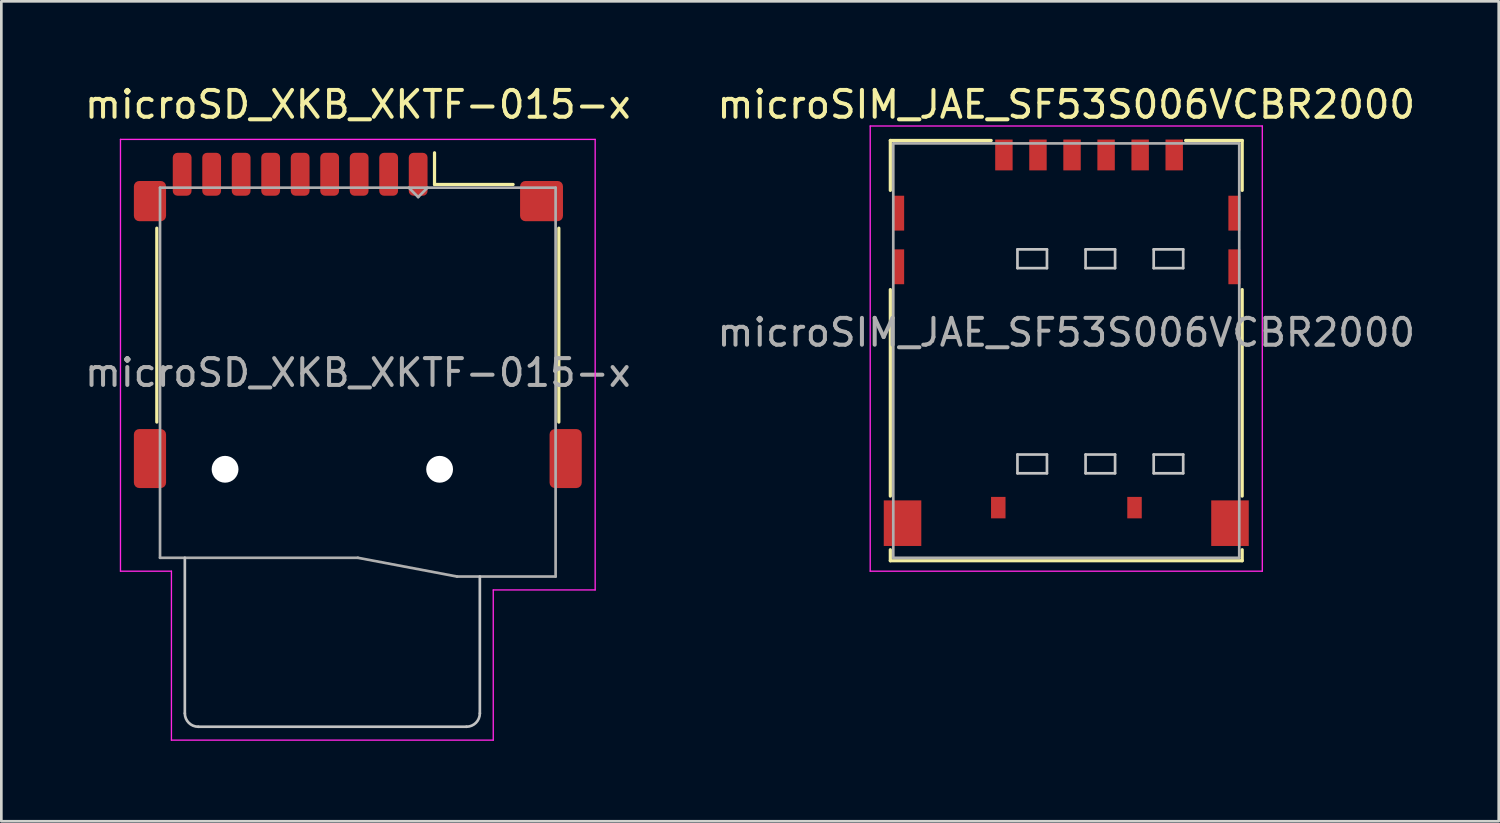
<source format=kicad_pcb>
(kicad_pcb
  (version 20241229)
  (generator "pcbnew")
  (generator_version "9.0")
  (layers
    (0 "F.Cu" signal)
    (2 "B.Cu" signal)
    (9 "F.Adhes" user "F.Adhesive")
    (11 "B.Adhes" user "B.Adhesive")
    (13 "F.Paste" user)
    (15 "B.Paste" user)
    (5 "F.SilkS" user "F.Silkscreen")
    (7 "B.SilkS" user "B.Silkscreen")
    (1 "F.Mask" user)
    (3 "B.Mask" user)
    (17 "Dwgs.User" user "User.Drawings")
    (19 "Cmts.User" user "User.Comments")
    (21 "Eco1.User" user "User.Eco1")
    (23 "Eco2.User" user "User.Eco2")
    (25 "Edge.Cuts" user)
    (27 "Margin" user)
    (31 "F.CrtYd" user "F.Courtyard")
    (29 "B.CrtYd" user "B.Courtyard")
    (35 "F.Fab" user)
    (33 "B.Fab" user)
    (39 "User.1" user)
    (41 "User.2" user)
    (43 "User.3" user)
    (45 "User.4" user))
  (footprint "microSD_XKB_XKTF-015-x"
    (layer "F.Cu")
    (at 10.292 10.848)
    (property "Reference" "microSD_XKB_XKTF-015-x" (at 0 -10 0) (layer "F.SilkS") (effects (font (size 1 1) (thickness 0.15))))
    (attr smd)
    (fp_line (start -7.495 -5.39) (end -7.495 1.84) (stroke (width 0.12) (type solid)) (layer "F.SilkS"))
    (fp_line (start 2.86 -7.02) (end 2.86 -8.2) (stroke (width 0.12) (type solid)) (layer "F.SilkS"))
    (fp_line (start 5.79 -7.02) (end 2.86 -7.02) (stroke (width 0.12) (type solid)) (layer "F.SilkS"))
    (fp_line (start 7.495 1.84) (end 7.495 -5.39) (stroke (width 0.12) (type solid)) (layer "F.SilkS"))
    (fp_line (start -6.45 6.9) (end -6.45 12.7) (stroke (width 0.1) (type solid)) (layer "Dwgs.User"))
    (fp_line (start -5.95 13.2) (end 4.05 13.2) (stroke (width 0.1) (type solid)) (layer "Dwgs.User"))
    (fp_line (start 4.55 12.7) (end 4.55 7.6) (stroke (width 0.1) (type solid)) (layer "Dwgs.User"))
    (fp_arc (start -5.95 13.2) (mid -6.303553 13.053553) (end -6.45 12.7) (stroke (width 0.1) (type solid)) (layer "Dwgs.User"))
    (fp_arc (start 4.55 12.7) (mid 4.403554 13.053554) (end 4.05 13.2) (stroke (width 0.1) (type solid)) (layer "Dwgs.User"))
    (fp_line (start -8.85 -8.7) (end 8.85 -8.7) (stroke (width 0.05) (type solid)) (layer "F.CrtYd"))
    (fp_line (start -8.85 7.4) (end -8.85 -8.7) (stroke (width 0.05) (type solid)) (layer "F.CrtYd"))
    (fp_line (start -6.95 7.4) (end -8.85 7.4) (stroke (width 0.05) (type solid)) (layer "F.CrtYd"))
    (fp_line (start -6.95 13.7) (end -6.95 7.4) (stroke (width 0.05) (type solid)) (layer "F.CrtYd"))
    (fp_line (start 5.05 8.1) (end 5.05 13.7) (stroke (width 0.05) (type solid)) (layer "F.CrtYd"))
    (fp_line (start 5.05 13.7) (end -6.95 13.7) (stroke (width 0.05) (type solid)) (layer "F.CrtYd"))
    (fp_line (start 8.85 -8.7) (end 8.85 8.1) (stroke (width 0.05) (type solid)) (layer "F.CrtYd"))
    (fp_line (start 8.85 8.1) (end 5.05 8.1) (stroke (width 0.05) (type solid)) (layer "F.CrtYd"))
    (fp_line (start -7.375 -6.9) (end -7.375 6.9) (stroke (width 0.1) (type solid)) (layer "F.Fab"))
    (fp_line (start -7.375 6.9) (end 0 6.9) (stroke (width 0.1) (type solid)) (layer "F.Fab"))
    (fp_line (start 0 6.9) (end 3.7 7.6) (stroke (width 0.1) (type solid)) (layer "F.Fab"))
    (fp_line (start 1.9 -6.9) (end 2.25 -6.55) (stroke (width 0.1) (type default)) (layer "F.Fab"))
    (fp_line (start 2.25 -6.55) (end 2.6 -6.9) (stroke (width 0.1) (type default)) (layer "F.Fab"))
    (fp_line (start 3.7 7.6) (end 7.375 7.6) (stroke (width 0.1) (type solid)) (layer "F.Fab"))
    (fp_line (start 7.375 -6.9) (end -7.375 -6.9) (stroke (width 0.1) (type solid)) (layer "F.Fab"))
    (fp_line (start 7.375 7.6) (end 7.375 -6.9) (stroke (width 0.1) (type solid)) (layer "F.Fab"))
    (fp_text user "${REFERENCE}" (at 0 0 0) (layer "F.Fab") (effects (font (size 1 1) (thickness 0.15))))
    (pad "" np_thru_hole circle (at -4.95 3.6) (size 1 1) (drill 1) (layers "*.Cu" "*.Mask"))
    (pad "" np_thru_hole circle (at 3.05 3.6) (size 1 1) (drill 1) (layers "*.Cu" "*.Mask"))
    (pad "1" smd roundrect (at 2.25 -7.4) (size 0.7 1.6) (layers "F.Cu" "F.Mask" "F.Paste") (roundrect_rratio 0.25))
    (pad "2" smd roundrect (at 1.15 -7.4) (size 0.7 1.6) (layers "F.Cu" "F.Mask" "F.Paste") (roundrect_rratio 0.25))
    (pad "3" smd roundrect (at 0.05 -7.4) (size 0.7 1.6) (layers "F.Cu" "F.Mask" "F.Paste") (roundrect_rratio 0.25))
    (pad "4" smd roundrect (at -1.05 -7.4) (size 0.7 1.6) (layers "F.Cu" "F.Mask" "F.Paste") (roundrect_rratio 0.25))
    (pad "5" smd roundrect (at -2.15 -7.4) (size 0.7 1.6) (layers "F.Cu" "F.Mask" "F.Paste") (roundrect_rratio 0.25))
    (pad "6" smd roundrect (at -3.25 -7.4) (size 0.7 1.6) (layers "F.Cu" "F.Mask" "F.Paste") (roundrect_rratio 0.25))
    (pad "7" smd roundrect (at -4.35 -7.4) (size 0.7 1.6) (layers "F.Cu" "F.Mask" "F.Paste") (roundrect_rratio 0.25))
    (pad "8" smd roundrect (at -5.45 -7.4) (size 0.7 1.6) (layers "F.Cu" "F.Mask" "F.Paste") (roundrect_rratio 0.25))
    (pad "9" smd roundrect (at -6.55 -7.4) (size 0.7 1.6) (layers "F.Cu" "F.Mask" "F.Paste") (roundrect_rratio 0.25))
    (pad "10" smd roundrect (at -7.75 -6.4) (size 1.2 1.5) (layers "F.Cu" "F.Mask" "F.Paste") (roundrect_rratio 0.167))
    (pad "10" smd roundrect (at -7.75 3.2) (size 1.2 2.2) (layers "F.Cu" "F.Mask" "F.Paste") (roundrect_rratio 0.167))
    (pad "10" smd roundrect (at 6.85 -6.4) (size 1.6 1.5) (layers "F.Cu" "F.Mask" "F.Paste") (roundrect_rratio 0.133))
    (pad "10" smd roundrect (at 7.75 3.2) (size 1.2 2.2) (layers "F.Cu" "F.Mask" "F.Paste") (roundrect_rratio 0.167)))
  (footprint "microSIM_JAE_SF53S006VCBR2000"
    (layer "F.Cu")
    (at 36.708 9.348)
    (property "Reference" "microSIM_JAE_SF53S006VCBR2000" (at 0 -8.5 0) (layer "F.SilkS") (effects (font (size 1 1) (thickness 0.15))))
    (attr smd)
    (fp_line (start -6.56 -7.16) (end -2.8 -7.16) (stroke (width 0.12) (type solid)) (layer "F.SilkS"))
    (fp_line (start -6.56 -5.3) (end -6.56 -7.16) (stroke (width 0.12) (type solid)) (layer "F.SilkS"))
    (fp_line (start -6.56 6.1) (end -6.56 -1.6) (stroke (width 0.12) (type solid)) (layer "F.SilkS"))
    (fp_line (start -6.56 8.1) (end -6.56 8.51) (stroke (width 0.12) (type solid)) (layer "F.SilkS"))
    (fp_line (start -6.56 8.51) (end 6.56 8.51) (stroke (width 0.12) (type solid)) (layer "F.SilkS"))
    (fp_line (start 4.45 -7.16) (end 6.56 -7.16) (stroke (width 0.12) (type solid)) (layer "F.SilkS"))
    (fp_line (start 6.56 -5.3) (end 6.56 -7.16) (stroke (width 0.12) (type solid)) (layer "F.SilkS"))
    (fp_line (start 6.56 6.1) (end 6.56 -1.6) (stroke (width 0.12) (type solid)) (layer "F.SilkS"))
    (fp_line (start 6.56 8.1) (end 6.56 8.51) (stroke (width 0.12) (type solid)) (layer "F.SilkS"))
    (fp_line (start -1.82 -3.1) (end -1.82 -2.4) (stroke (width 0.1) (type solid)) (layer "Dwgs.User"))
    (fp_line (start -1.82 -3.1) (end -0.72 -3.1) (stroke (width 0.1) (type solid)) (layer "Dwgs.User"))
    (fp_line (start -1.82 -2.4) (end -0.72 -2.4) (stroke (width 0.1) (type solid)) (layer "Dwgs.User"))
    (fp_line (start -1.82 4.55) (end -1.82 5.25) (stroke (width 0.1) (type solid)) (layer "Dwgs.User"))
    (fp_line (start -1.82 4.55) (end -0.72 4.55) (stroke (width 0.1) (type solid)) (layer "Dwgs.User"))
    (fp_line (start -1.82 5.25) (end -0.72 5.25) (stroke (width 0.1) (type solid)) (layer "Dwgs.User"))
    (fp_line (start -0.72 -3.1) (end -0.72 -2.4) (stroke (width 0.1) (type solid)) (layer "Dwgs.User"))
    (fp_line (start -0.72 4.55) (end -0.72 5.25) (stroke (width 0.1) (type solid)) (layer "Dwgs.User"))
    (fp_line (start 0.72 -3.1) (end 0.72 -2.4) (stroke (width 0.1) (type solid)) (layer "Dwgs.User"))
    (fp_line (start 0.72 -3.1) (end 1.82 -3.1) (stroke (width 0.1) (type solid)) (layer "Dwgs.User"))
    (fp_line (start 0.72 -2.4) (end 1.82 -2.4) (stroke (width 0.1) (type solid)) (layer "Dwgs.User"))
    (fp_line (start 0.72 4.55) (end 0.72 5.25) (stroke (width 0.1) (type solid)) (layer "Dwgs.User"))
    (fp_line (start 0.72 4.55) (end 1.82 4.55) (stroke (width 0.1) (type solid)) (layer "Dwgs.User"))
    (fp_line (start 0.72 5.25) (end 1.82 5.25) (stroke (width 0.1) (type solid)) (layer "Dwgs.User"))
    (fp_line (start 1.82 -3.1) (end 1.82 -2.4) (stroke (width 0.1) (type solid)) (layer "Dwgs.User"))
    (fp_line (start 1.82 4.55) (end 1.82 5.25) (stroke (width 0.1) (type solid)) (layer "Dwgs.User"))
    (fp_line (start 3.26 -3.1) (end 3.26 -2.4) (stroke (width 0.1) (type solid)) (layer "Dwgs.User"))
    (fp_line (start 3.26 -3.1) (end 4.36 -3.1) (stroke (width 0.1) (type solid)) (layer "Dwgs.User"))
    (fp_line (start 3.26 -2.4) (end 4.36 -2.4) (stroke (width 0.1) (type solid)) (layer "Dwgs.User"))
    (fp_line (start 3.26 4.55) (end 3.26 5.25) (stroke (width 0.1) (type solid)) (layer "Dwgs.User"))
    (fp_line (start 3.26 4.55) (end 4.36 4.55) (stroke (width 0.1) (type solid)) (layer "Dwgs.User"))
    (fp_line (start 3.26 5.25) (end 4.36 5.25) (stroke (width 0.1) (type solid)) (layer "Dwgs.User"))
    (fp_line (start 4.36 -3.1) (end 4.36 -2.4) (stroke (width 0.1) (type solid)) (layer "Dwgs.User"))
    (fp_line (start 4.36 4.55) (end 4.36 5.25) (stroke (width 0.1) (type solid)) (layer "Dwgs.User"))
    (fp_line (start -7.31 -7.7) (end -7.31 8.9) (stroke (width 0.05) (type solid)) (layer "F.CrtYd"))
    (fp_line (start -7.31 -7.7) (end 7.31 -7.7) (stroke (width 0.05) (type solid)) (layer "F.CrtYd"))
    (fp_line (start -7.31 8.9) (end 7.31 8.9) (stroke (width 0.05) (type solid)) (layer "F.CrtYd"))
    (fp_line (start 7.31 -7.7) (end 7.31 8.9) (stroke (width 0.05) (type solid)) (layer "F.CrtYd"))
    (fp_line (start -6.45 -7.05) (end -6.45 8.4) (stroke (width 0.1) (type solid)) (layer "F.Fab"))
    (fp_line (start -6.45 -7.05) (end 6.45 -7.05) (stroke (width 0.1) (type solid)) (layer "F.Fab"))
    (fp_line (start -6.45 8.4) (end 6.45 8.4) (stroke (width 0.1) (type solid)) (layer "F.Fab"))
    (fp_line (start 6.45 -7.05) (end 6.45 8.4) (stroke (width 0.1) (type solid)) (layer "F.Fab"))
    (fp_text user "${REFERENCE}" (at 0 0 0) (layer "F.Fab") (effects (font (size 1 1) (thickness 0.15))))
    (pad "1" smd rect (at 2.755 -6.62) (size 0.65 1.15) (layers "F.Cu" "F.Mask" "F.Paste"))
    (pad "2" smd rect (at 0.215 -6.62) (size 0.65 1.15) (layers "F.Cu" "F.Mask" "F.Paste"))
    (pad "3" smd rect (at -2.325 -6.62) (size 0.65 1.15) (layers "F.Cu" "F.Mask" "F.Paste"))
    (pad "5" smd rect (at 4.025 -6.62) (size 0.65 1.15) (layers "F.Cu" "F.Mask" "F.Paste"))
    (pad "6" smd rect (at 1.485 -6.62) (size 0.65 1.15) (layers "F.Cu" "F.Mask" "F.Paste"))
    (pad "7" smd rect (at -1.055 -6.62) (size 0.65 1.15) (layers "F.Cu" "F.Mask" "F.Paste"))
    (pad "SH" smd rect (at -6.27 -4.45) (size 0.45 1.3) (layers "F.Cu" "F.Mask" "F.Paste"))
    (pad "SH" smd rect (at -6.27 -2.45) (size 0.45 1.3) (layers "F.Cu" "F.Mask" "F.Paste"))
    (pad "SH" smd rect (at -6.105 7.11) (size 1.4 1.7) (layers "F.Cu" "F.Mask" "F.Paste"))
    (pad "SH" smd rect (at -2.535 6.53) (size 0.54 0.8) (layers "F.Cu" "F.Mask" "F.Paste"))
    (pad "SH" smd rect (at 2.545 6.53) (size 0.54 0.8) (layers "F.Cu" "F.Mask" "F.Paste"))
    (pad "SH" smd rect (at 6.105 7.11) (size 1.4 1.7) (layers "F.Cu" "F.Mask" "F.Paste"))
    (pad "SH" smd rect (at 6.27 -4.45) (size 0.45 1.3) (layers "F.Cu" "F.Mask" "F.Paste"))
    (pad "SH" smd rect (at 6.27 -2.45) (size 0.45 1.3) (layers "F.Cu" "F.Mask" "F.Paste")))
  (gr_rect
    (start -3 -3)
    (end 52.833 27.573)
    (stroke (width 0.1) (type default))
    (fill no)
    (layer "Edge.Cuts")))
</source>
